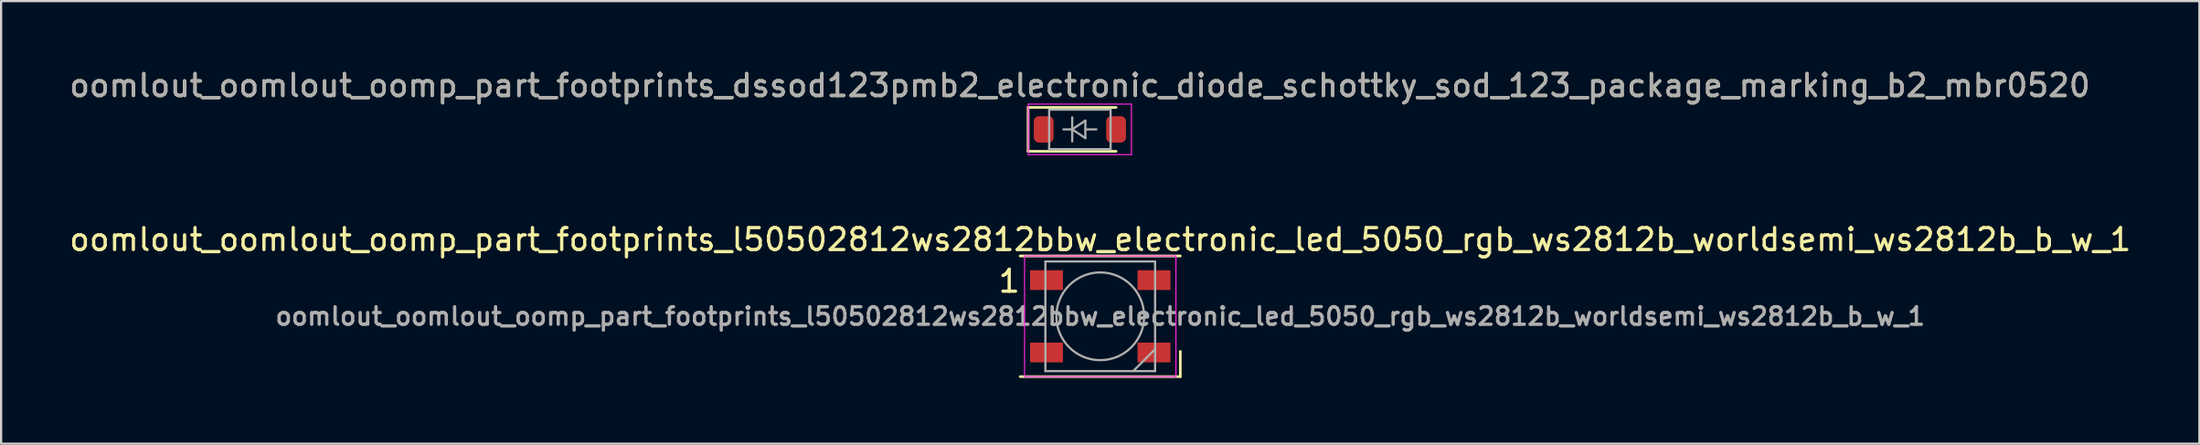
<source format=kicad_pcb>
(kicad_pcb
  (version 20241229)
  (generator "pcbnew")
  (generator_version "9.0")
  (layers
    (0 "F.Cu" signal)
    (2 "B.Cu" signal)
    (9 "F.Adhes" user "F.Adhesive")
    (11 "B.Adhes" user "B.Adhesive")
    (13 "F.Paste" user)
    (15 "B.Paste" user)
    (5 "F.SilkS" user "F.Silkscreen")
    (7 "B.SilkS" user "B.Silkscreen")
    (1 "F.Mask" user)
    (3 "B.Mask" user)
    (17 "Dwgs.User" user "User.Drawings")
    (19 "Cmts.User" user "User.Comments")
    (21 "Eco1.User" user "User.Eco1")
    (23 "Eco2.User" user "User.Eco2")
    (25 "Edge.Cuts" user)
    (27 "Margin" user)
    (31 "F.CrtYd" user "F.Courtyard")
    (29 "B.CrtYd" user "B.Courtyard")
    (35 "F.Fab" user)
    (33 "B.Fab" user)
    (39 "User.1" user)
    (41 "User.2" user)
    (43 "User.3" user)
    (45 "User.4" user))
  (footprint "oomlout_oomlout_oomp_part_footprints_l50502812ws2812bbw_electronic_led_5050_rgb_ws2812b_worldsemi_ws2812b_b_w_1"
    (layer "F.Cu")
    (at 47.101 11.371)
    (property "Reference" "oomlout_oomlout_oomp_part_footprints_l50502812ws2812bbw_electronic_led_5050_rgb_ws2812b_worldsemi_ws2812b_b_w_1" (at 0 -3.5 0) (layer "F.SilkS") (effects (font (size 1 1) (thickness 0.15))))
    (attr smd)
    (fp_line (start -3.65 -2.75) (end 3.65 -2.75) (stroke (width 0.12) (type solid)) (layer "F.SilkS"))
    (fp_line (start -3.65 2.75) (end 3.65 2.75) (stroke (width 0.12) (type solid)) (layer "F.SilkS"))
    (fp_line (start 3.65 2.75) (end 3.65 1.6) (stroke (width 0.12) (type solid)) (layer "F.SilkS"))
    (fp_line (start -3.45 -2.75) (end -3.45 2.75) (stroke (width 0.05) (type solid)) (layer "F.CrtYd"))
    (fp_line (start -3.45 2.75) (end 3.45 2.75) (stroke (width 0.05) (type solid)) (layer "F.CrtYd"))
    (fp_line (start 3.45 -2.75) (end -3.45 -2.75) (stroke (width 0.05) (type solid)) (layer "F.CrtYd"))
    (fp_line (start 3.45 2.75) (end 3.45 -2.75) (stroke (width 0.05) (type solid)) (layer "F.CrtYd"))
    (fp_line (start -2.5 -2.5) (end -2.5 2.5) (stroke (width 0.1) (type solid)) (layer "F.Fab"))
    (fp_line (start -2.5 2.5) (end 2.5 2.5) (stroke (width 0.1) (type solid)) (layer "F.Fab"))
    (fp_line (start 2.5 -2.5) (end -2.5 -2.5) (stroke (width 0.1) (type solid)) (layer "F.Fab"))
    (fp_line (start 2.5 1.5) (end 1.5 2.5) (stroke (width 0.1) (type solid)) (layer "F.Fab"))
    (fp_line (start 2.5 2.5) (end 2.5 -2.5) (stroke (width 0.1) (type solid)) (layer "F.Fab"))
    (fp_circle (center 0 0) (end 0 -2) (stroke (width 0.1) (type solid)) (fill no) (layer "F.Fab"))
    (fp_text user "1" (at -4.15 -1.6 0) (layer "F.SilkS") (effects (font (size 1 1) (thickness 0.15))))
    (fp_text user "${REFERENCE}" (at 0 0 0) (layer "F.Fab") (effects (font (size 0.8 0.8) (thickness 0.15))))
    (pad "1" smd rect (at -2.45 -1.65) (size 1.5 0.9) (layers "F.Cu" "F.Mask" "F.Paste"))
    (pad "2" smd rect (at -2.45 1.65) (size 1.5 0.9) (layers "F.Cu" "F.Mask" "F.Paste"))
    (pad "3" smd rect (at 2.45 1.65) (size 1.5 0.9) (layers "F.Cu" "F.Mask" "F.Paste"))
    (pad "4" smd rect (at 2.45 -1.65) (size 1.5 0.9) (layers "F.Cu" "F.Mask" "F.Paste")))
  (footprint "oomlout_oomlout_oomp_part_footprints_dssod123pmb2_electronic_diode_schottky_sod_123_package_marking_b2_mbr0520"
    (layer "F.Cu")
    (at 46.173 2.848)
    (property "Reference" "oomlout_oomlout_oomp_part_footprints_dssod123pmb2_electronic_diode_schottky_sod_123_package_marking_b2_mbr0520" (at 0 -2 0) (layer "F.SilkS") (effects (font (size 1 1) (thickness 0.15))))
    (attr smd)
    (fp_line (start -2.36 -1) (end -2.36 1) (stroke (width 0.12) (type solid)) (layer "F.SilkS"))
    (fp_line (start -2.36 -1) (end 1.65 -1) (stroke (width 0.12) (type solid)) (layer "F.SilkS"))
    (fp_line (start -2.36 1) (end 1.65 1) (stroke (width 0.12) (type solid)) (layer "F.SilkS"))
    (fp_line (start -2.35 -1.15) (end -2.35 1.15) (stroke (width 0.05) (type solid)) (layer "F.CrtYd"))
    (fp_line (start -2.35 -1.15) (end 2.35 -1.15) (stroke (width 0.05) (type solid)) (layer "F.CrtYd"))
    (fp_line (start 2.35 -1.15) (end 2.35 1.15) (stroke (width 0.05) (type solid)) (layer "F.CrtYd"))
    (fp_line (start 2.35 1.15) (end -2.35 1.15) (stroke (width 0.05) (type solid)) (layer "F.CrtYd"))
    (fp_line (start -1.4 -0.9) (end 1.4 -0.9) (stroke (width 0.1) (type solid)) (layer "F.Fab"))
    (fp_line (start -1.4 0.9) (end -1.4 -0.9) (stroke (width 0.1) (type solid)) (layer "F.Fab"))
    (fp_line (start -0.75 0) (end -0.35 0) (stroke (width 0.1) (type solid)) (layer "F.Fab"))
    (fp_line (start -0.35 0) (end -0.35 -0.55) (stroke (width 0.1) (type solid)) (layer "F.Fab"))
    (fp_line (start -0.35 0) (end -0.35 0.55) (stroke (width 0.1) (type solid)) (layer "F.Fab"))
    (fp_line (start -0.35 0) (end 0.25 -0.4) (stroke (width 0.1) (type solid)) (layer "F.Fab"))
    (fp_line (start 0.25 -0.4) (end 0.25 0.4) (stroke (width 0.1) (type solid)) (layer "F.Fab"))
    (fp_line (start 0.25 0) (end 0.75 0) (stroke (width 0.1) (type solid)) (layer "F.Fab"))
    (fp_line (start 0.25 0.4) (end -0.35 0) (stroke (width 0.1) (type solid)) (layer "F.Fab"))
    (fp_line (start 1.4 -0.9) (end 1.4 0.9) (stroke (width 0.1) (type solid)) (layer "F.Fab"))
    (fp_line (start 1.4 0.9) (end -1.4 0.9) (stroke (width 0.1) (type solid)) (layer "F.Fab"))
    (fp_text user "${REFERENCE}" (at 0 -2 0) (layer "F.Fab") (effects (font (size 1 1) (thickness 0.15))))
    (pad "1" smd roundrect (at -1.65 0) (size 0.9 1.2) (layers "F.Cu" "F.Mask" "F.Paste") (roundrect_rratio 0.25))
    (pad "2" smd roundrect (at 1.65 0) (size 0.9 1.2) (layers "F.Cu" "F.Mask" "F.Paste") (roundrect_rratio 0.25)))
  (gr_rect
    (start -3 -3)
    (end 97.202 17.181)
    (stroke (width 0.1) (type default))
    (fill no)
    (layer "Edge.Cuts")))
</source>
